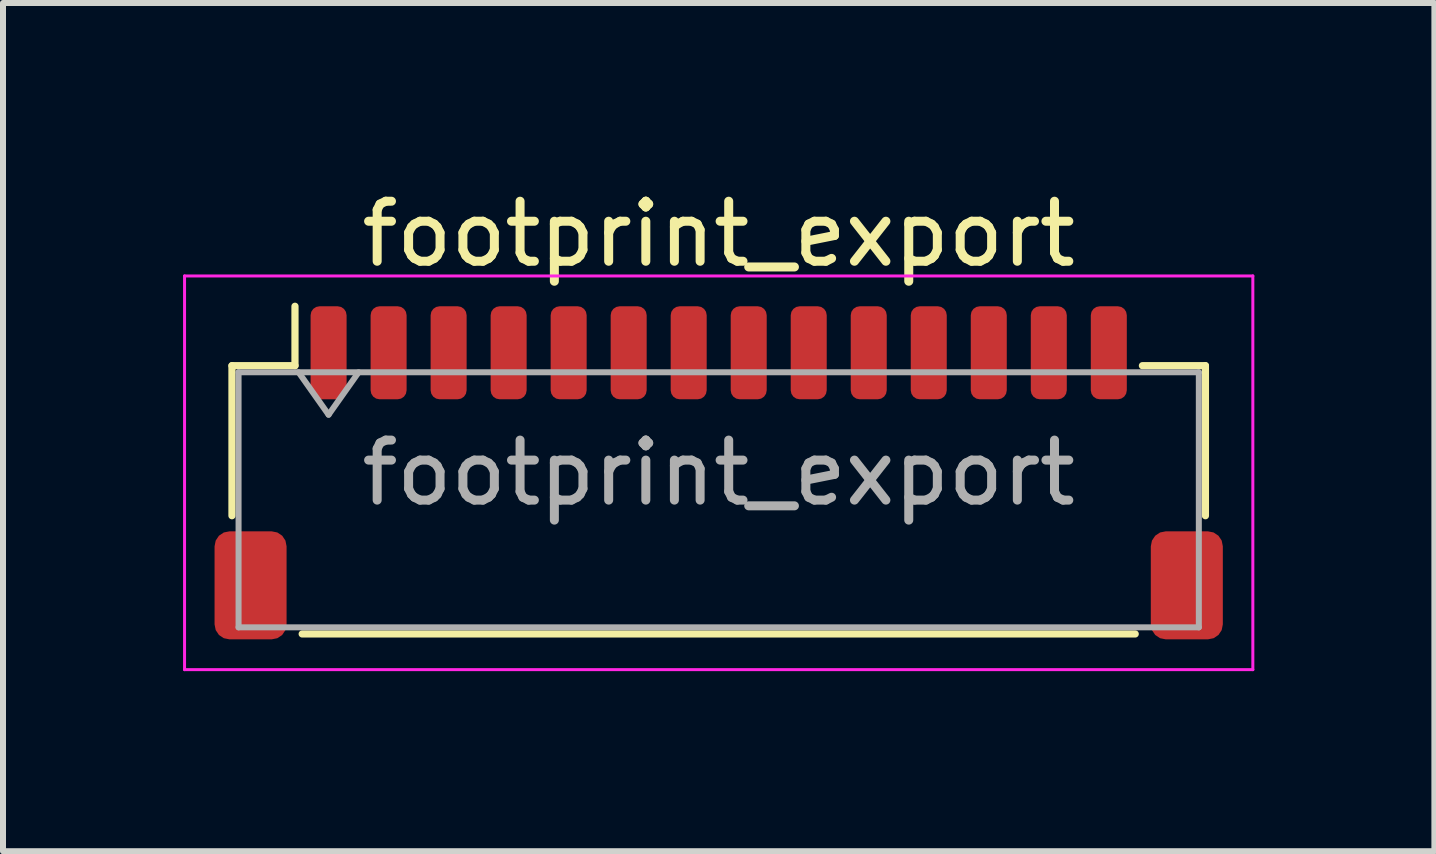
<source format=kicad_pcb>
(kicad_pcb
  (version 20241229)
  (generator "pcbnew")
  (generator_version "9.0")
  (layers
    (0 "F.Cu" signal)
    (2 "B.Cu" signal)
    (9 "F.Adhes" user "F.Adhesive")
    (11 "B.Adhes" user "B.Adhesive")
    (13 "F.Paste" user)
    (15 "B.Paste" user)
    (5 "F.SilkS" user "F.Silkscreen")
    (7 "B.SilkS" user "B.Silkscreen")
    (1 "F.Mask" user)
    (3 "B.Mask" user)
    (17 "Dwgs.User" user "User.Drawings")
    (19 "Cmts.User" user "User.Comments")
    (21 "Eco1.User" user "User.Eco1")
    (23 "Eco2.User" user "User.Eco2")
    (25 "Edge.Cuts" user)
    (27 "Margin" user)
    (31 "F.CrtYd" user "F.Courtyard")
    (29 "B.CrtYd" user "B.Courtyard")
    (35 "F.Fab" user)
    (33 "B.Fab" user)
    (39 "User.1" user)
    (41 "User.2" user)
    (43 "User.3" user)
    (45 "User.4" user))
  (footprint "footprint_export"
    (layer "F.Cu")
    (at 8.925 4.828)
    (property "Reference" "footprint_export" (at 0 -3.98 0) (layer "F.SilkS") (effects (font (size 1 1) (thickness 0.15))))
    (attr smd)
    (fp_line (start -8.11 -1.785) (end -7.06 -1.785) (stroke (width 0.12) (type solid)) (layer "F.SilkS"))
    (fp_line (start -8.11 0.715) (end -8.11 -1.785) (stroke (width 0.12) (type solid)) (layer "F.SilkS"))
    (fp_line (start -7.06 -1.785) (end -7.06 -2.775) (stroke (width 0.12) (type solid)) (layer "F.SilkS"))
    (fp_line (start -6.94 2.685) (end 6.94 2.685) (stroke (width 0.12) (type solid)) (layer "F.SilkS"))
    (fp_line (start 8.11 -1.785) (end 7.06 -1.785) (stroke (width 0.12) (type solid)) (layer "F.SilkS"))
    (fp_line (start 8.11 0.715) (end 8.11 -1.785) (stroke (width 0.12) (type solid)) (layer "F.SilkS"))
    (fp_line (start -8.9 -3.28) (end -8.9 3.28) (stroke (width 0.05) (type solid)) (layer "F.CrtYd"))
    (fp_line (start -8.9 3.28) (end 8.9 3.28) (stroke (width 0.05) (type solid)) (layer "F.CrtYd"))
    (fp_line (start 8.9 -3.28) (end -8.9 -3.28) (stroke (width 0.05) (type solid)) (layer "F.CrtYd"))
    (fp_line (start 8.9 3.28) (end 8.9 -3.28) (stroke (width 0.05) (type solid)) (layer "F.CrtYd"))
    (fp_line (start -8 -1.675) (end -8 2.575) (stroke (width 0.1) (type solid)) (layer "F.Fab"))
    (fp_line (start -8 -1.675) (end 8 -1.675) (stroke (width 0.1) (type solid)) (layer "F.Fab"))
    (fp_line (start -8 2.575) (end 8 2.575) (stroke (width 0.1) (type solid)) (layer "F.Fab"))
    (fp_line (start -7 -1.675) (end -6.5 -0.968) (stroke (width 0.1) (type solid)) (layer "F.Fab"))
    (fp_line (start -6.5 -0.968) (end -6 -1.675) (stroke (width 0.1) (type solid)) (layer "F.Fab"))
    (fp_line (start 8 -1.675) (end 8 2.575) (stroke (width 0.1) (type solid)) (layer "F.Fab"))
    (fp_text user "${REFERENCE}" (at 0 0 0) (layer "F.Fab") (effects (font (size 1 1) (thickness 0.15))))
    (pad "1" smd roundrect (at -6.5 -2) (size 0.6 1.55) (layers "F.Cu" "F.Mask" "F.Paste") (roundrect_rratio 0.25))
    (pad "2" smd roundrect (at -5.5 -2) (size 0.6 1.55) (layers "F.Cu" "F.Mask" "F.Paste") (roundrect_rratio 0.25))
    (pad "3" smd roundrect (at -4.5 -2) (size 0.6 1.55) (layers "F.Cu" "F.Mask" "F.Paste") (roundrect_rratio 0.25))
    (pad "4" smd roundrect (at -3.5 -2) (size 0.6 1.55) (layers "F.Cu" "F.Mask" "F.Paste") (roundrect_rratio 0.25))
    (pad "5" smd roundrect (at -2.5 -2) (size 0.6 1.55) (layers "F.Cu" "F.Mask" "F.Paste") (roundrect_rratio 0.25))
    (pad "6" smd roundrect (at -1.5 -2) (size 0.6 1.55) (layers "F.Cu" "F.Mask" "F.Paste") (roundrect_rratio 0.25))
    (pad "7" smd roundrect (at -0.5 -2) (size 0.6 1.55) (layers "F.Cu" "F.Mask" "F.Paste") (roundrect_rratio 0.25))
    (pad "8" smd roundrect (at 0.5 -2) (size 0.6 1.55) (layers "F.Cu" "F.Mask" "F.Paste") (roundrect_rratio 0.25))
    (pad "9" smd roundrect (at 1.5 -2) (size 0.6 1.55) (layers "F.Cu" "F.Mask" "F.Paste") (roundrect_rratio 0.25))
    (pad "10" smd roundrect (at 2.5 -2) (size 0.6 1.55) (layers "F.Cu" "F.Mask" "F.Paste") (roundrect_rratio 0.25))
    (pad "11" smd roundrect (at 3.5 -2) (size 0.6 1.55) (layers "F.Cu" "F.Mask" "F.Paste") (roundrect_rratio 0.25))
    (pad "12" smd roundrect (at 4.5 -2) (size 0.6 1.55) (layers "F.Cu" "F.Mask" "F.Paste") (roundrect_rratio 0.25))
    (pad "13" smd roundrect (at 5.5 -2) (size 0.6 1.55) (layers "F.Cu" "F.Mask" "F.Paste") (roundrect_rratio 0.25))
    (pad "14" smd roundrect (at 6.5 -2) (size 0.6 1.55) (layers "F.Cu" "F.Mask" "F.Paste") (roundrect_rratio 0.25))
    (pad "MP" smd roundrect (at -7.8 1.875) (size 1.2 1.8) (layers "F.Cu" "F.Mask" "F.Paste") (roundrect_rratio 0.208))
    (pad "MP" smd roundrect (at 7.8 1.875) (size 1.2 1.8) (layers "F.Cu" "F.Mask" "F.Paste") (roundrect_rratio 0.208)))
  (gr_rect
    (start -3 -3)
    (end 20.85 11.133)
    (stroke (width 0.1) (type default))
    (fill no)
    (layer "Edge.Cuts")))
</source>
